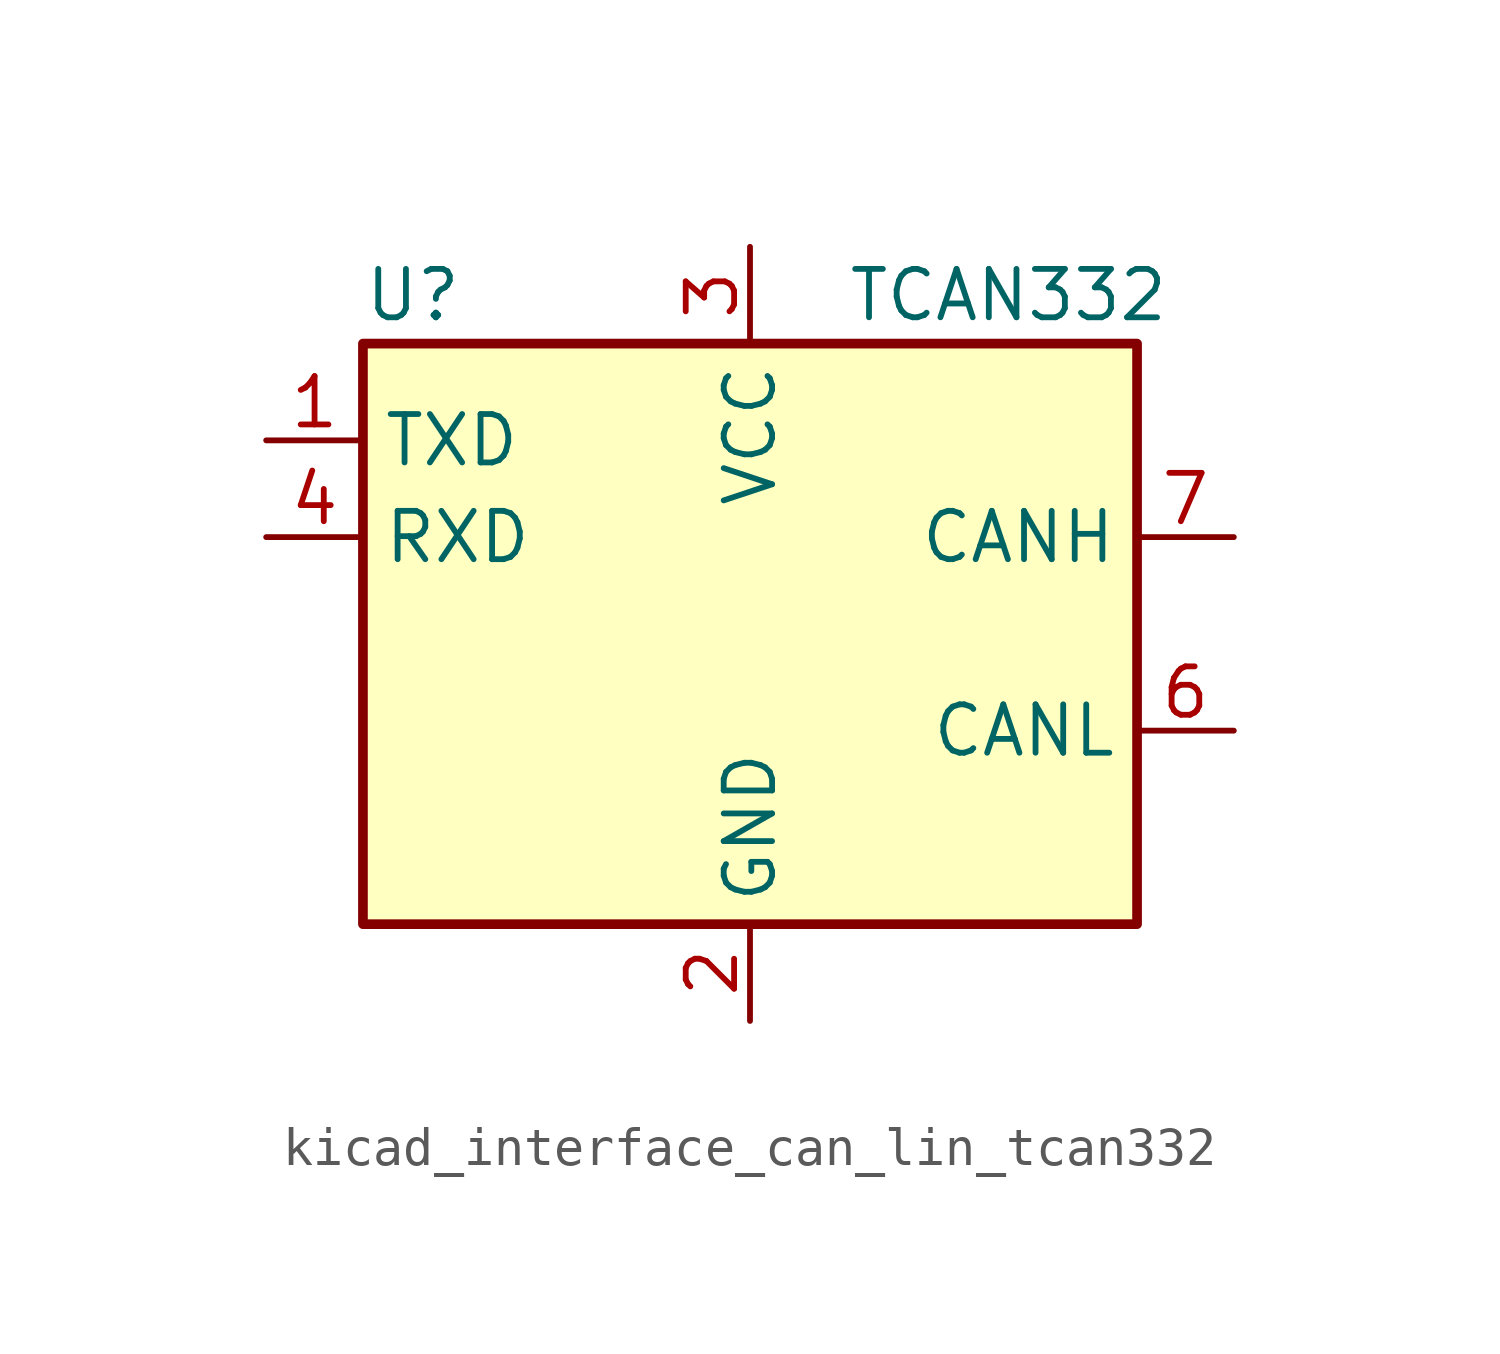
<source format=kicad_sym>
(kicad_symbol_lib
  (version 20220914)
  (generator kicad_symbol_editor)
  (symbol "kicad_interface_can_lin_tcan332"
    (property "Reference" "U"
      (at -10.16 8.89 0)
      (effects (font (size 1.27 1.27)) (justify left)))
    (property "Value" "TCAN332"
      (at 2.54 8.89 0)
      (effects (font (size 1.27 1.27)) (justify left)))
    (symbol "kicad_interface_can_lin_tcan332_0_1"
      (rectangle (start -10.16 7.62) (end 10.16 -7.62) (stroke (width 0.254) (type default)) (fill (type background))))
    (symbol "kicad_interface_can_lin_tcan332_1_1"
      (pin input line (at -12.7 5.08 0) (length 2.54) (name "TXD" (effects (font (size 1.27 1.27)))) (number "1" (effects (font (size 1.27 1.27)))))
      (pin power_in line (at 0 -10.16 90) (length 2.54) (name "GND" (effects (font (size 1.27 1.27)))) (number "2" (effects (font (size 1.27 1.27)))))
      (pin power_in line (at 0 10.16 270) (length 2.54) (name "VCC" (effects (font (size 1.27 1.27)))) (number "3" (effects (font (size 1.27 1.27)))))
      (pin tri_state line (at -12.7 2.54 0) (length 2.54) (name "RXD" (effects (font (size 1.27 1.27)))) (number "4" (effects (font (size 1.27 1.27)))))
      (pin no_connect line (at -10.16 -2.54 0) (length 2.54) hide (name "NC" (effects (font (size 1.27 1.27)))) (number "5" (effects (font (size 1.27 1.27)))))
      (pin bidirectional line (at 12.7 -2.54 180) (length 2.54) (name "CANL" (effects (font (size 1.27 1.27)))) (number "6" (effects (font (size 1.27 1.27)))))
      (pin bidirectional line (at 12.7 2.54 180) (length 2.54) (name "CANH" (effects (font (size 1.27 1.27)))) (number "7" (effects (font (size 1.27 1.27)))))
      (pin no_connect line (at -10.16 -5.08 0) (length 2.54) hide (name "NC" (effects (font (size 1.27 1.27)))) (number "8" (effects (font (size 1.27 1.27))))))))
</source>
